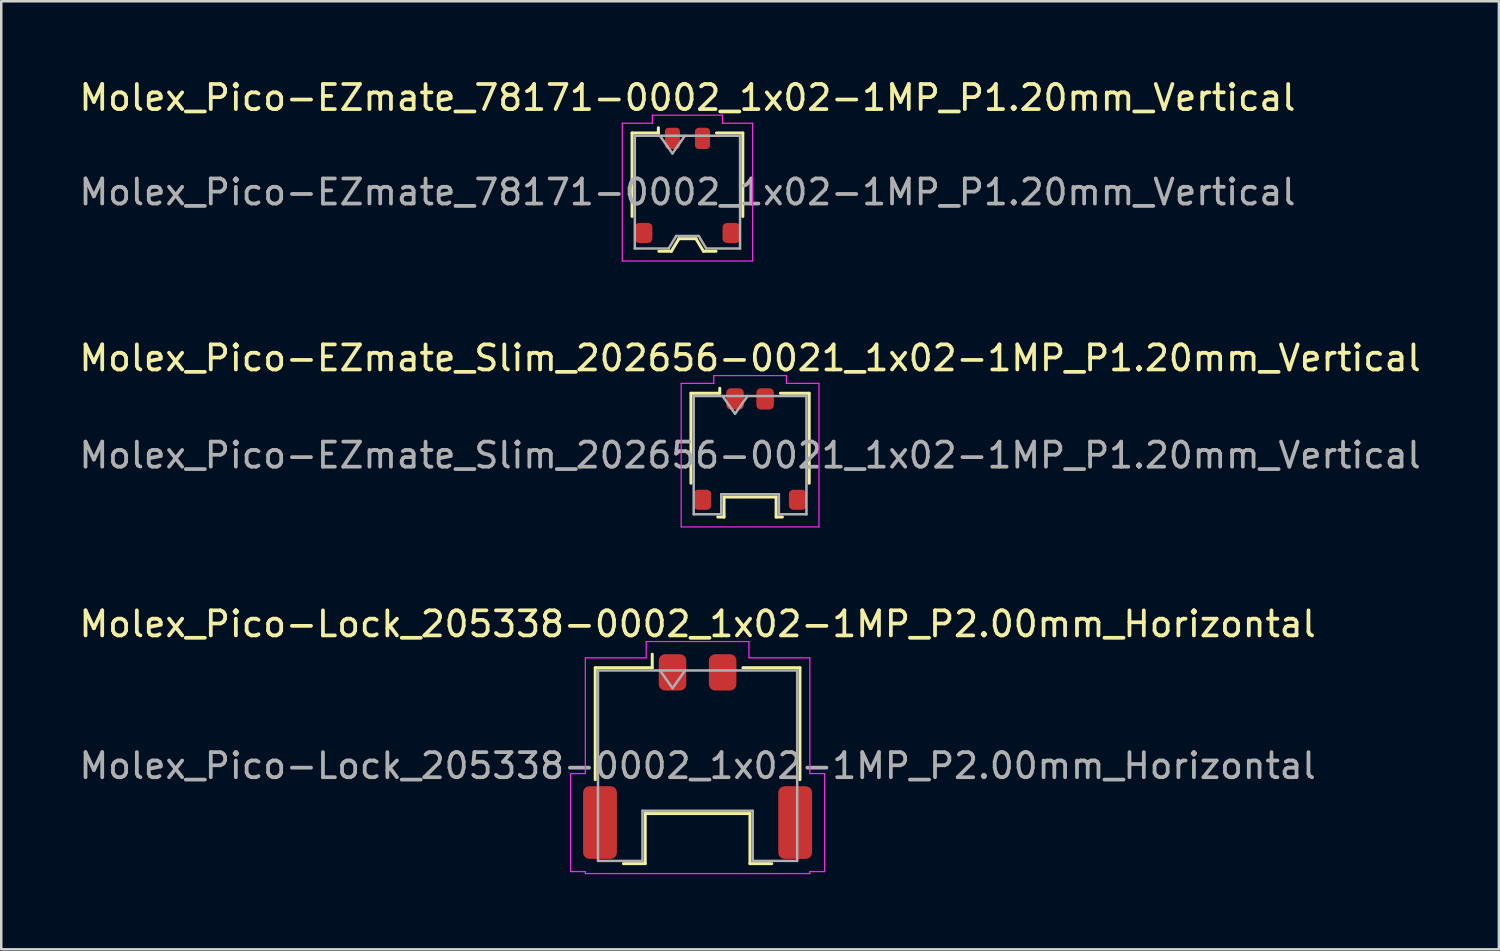
<source format=kicad_pcb>
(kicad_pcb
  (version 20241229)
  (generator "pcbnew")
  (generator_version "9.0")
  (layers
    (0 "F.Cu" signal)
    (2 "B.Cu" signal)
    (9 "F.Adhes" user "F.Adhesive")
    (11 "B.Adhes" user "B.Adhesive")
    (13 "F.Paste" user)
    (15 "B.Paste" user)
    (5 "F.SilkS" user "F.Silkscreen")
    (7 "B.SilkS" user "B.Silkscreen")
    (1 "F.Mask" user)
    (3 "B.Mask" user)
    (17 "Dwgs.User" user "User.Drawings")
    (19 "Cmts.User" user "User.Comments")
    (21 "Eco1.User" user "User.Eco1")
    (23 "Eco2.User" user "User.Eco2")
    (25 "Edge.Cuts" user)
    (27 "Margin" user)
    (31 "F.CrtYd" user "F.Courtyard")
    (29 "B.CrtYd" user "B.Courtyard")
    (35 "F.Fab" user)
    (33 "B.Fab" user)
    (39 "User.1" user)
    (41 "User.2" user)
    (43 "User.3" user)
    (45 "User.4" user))
  (footprint "Molex_Pico-EZmate_78171-0002_1x02-1MP_P1.20mm_Vertical"
    (layer "F.Cu")
    (at 24.387 4.348)
    (property "Reference" "Molex_Pico-EZmate_78171-0002_1x02-1MP_P1.20mm_Vertical" (at 0 -3.5 0) (layer "F.SilkS") (effects (font (size 1 1) (thickness 0.15))))
    (attr smd)
    (fp_line (start -2.21 -2.09) (end -1.16 -2.09) (stroke (width 0.12) (type solid)) (layer "F.SilkS"))
    (fp_line (start -2.21 1.24) (end -2.21 -2.09) (stroke (width 0.12) (type solid)) (layer "F.SilkS"))
    (fp_line (start -1.16 -2.09) (end -1.16 -2.3) (stroke (width 0.12) (type solid)) (layer "F.SilkS"))
    (fp_line (start -1.14 2.63) (end -0.64 2.63) (stroke (width 0.12) (type solid)) (layer "F.SilkS"))
    (fp_line (start -0.64 2.63) (end -0.34 2.13) (stroke (width 0.12) (type solid)) (layer "F.SilkS"))
    (fp_line (start -0.34 2.13) (end 0.34 2.13) (stroke (width 0.12) (type solid)) (layer "F.SilkS"))
    (fp_line (start 0.34 2.13) (end 0.64 2.63) (stroke (width 0.12) (type solid)) (layer "F.SilkS"))
    (fp_line (start 0.64 2.63) (end 1.14 2.63) (stroke (width 0.12) (type solid)) (layer "F.SilkS"))
    (fp_line (start 2.21 -2.09) (end 1.16 -2.09) (stroke (width 0.12) (type solid)) (layer "F.SilkS"))
    (fp_line (start 2.21 1.24) (end 2.21 -2.09) (stroke (width 0.12) (type solid)) (layer "F.SilkS"))
    (fp_line (start -2.6 -2.48) (end -1.4 -2.48) (stroke (width 0.05) (type solid)) (layer "F.CrtYd"))
    (fp_line (start -2.6 3.02) (end -2.6 -2.48) (stroke (width 0.05) (type solid)) (layer "F.CrtYd"))
    (fp_line (start -1.4 -2.8) (end 1.4 -2.8) (stroke (width 0.05) (type solid)) (layer "F.CrtYd"))
    (fp_line (start -1.4 -2.48) (end -1.4 -2.8) (stroke (width 0.05) (type solid)) (layer "F.CrtYd"))
    (fp_line (start 1.4 -2.8) (end 1.4 -2.48) (stroke (width 0.05) (type solid)) (layer "F.CrtYd"))
    (fp_line (start 1.4 -2.48) (end 2.6 -2.48) (stroke (width 0.05) (type solid)) (layer "F.CrtYd"))
    (fp_line (start 2.6 -2.48) (end 2.6 3.02) (stroke (width 0.05) (type solid)) (layer "F.CrtYd"))
    (fp_line (start 2.6 3.02) (end -2.6 3.02) (stroke (width 0.05) (type solid)) (layer "F.CrtYd"))
    (fp_line (start -2.1 -1.98) (end -2.1 2.52) (stroke (width 0.1) (type solid)) (layer "F.Fab"))
    (fp_line (start -2.1 -1.98) (end 2.1 -1.98) (stroke (width 0.1) (type solid)) (layer "F.Fab"))
    (fp_line (start -2.1 2.52) (end -0.75 2.52) (stroke (width 0.1) (type solid)) (layer "F.Fab"))
    (fp_line (start -1.1 -1.98) (end -0.6 -1.273) (stroke (width 0.1) (type solid)) (layer "F.Fab"))
    (fp_line (start -0.75 2.52) (end -0.45 2.02) (stroke (width 0.1) (type solid)) (layer "F.Fab"))
    (fp_line (start -0.6 -1.273) (end -0.1 -1.98) (stroke (width 0.1) (type solid)) (layer "F.Fab"))
    (fp_line (start -0.45 2.02) (end 0.45 2.02) (stroke (width 0.1) (type solid)) (layer "F.Fab"))
    (fp_line (start 0.45 2.02) (end 0.75 2.52) (stroke (width 0.1) (type solid)) (layer "F.Fab"))
    (fp_line (start 0.75 2.52) (end 2.1 2.52) (stroke (width 0.1) (type solid)) (layer "F.Fab"))
    (fp_line (start 2.1 -1.98) (end 2.1 2.52) (stroke (width 0.1) (type solid)) (layer "F.Fab"))
    (fp_text user "${REFERENCE}" (at 0 0.27 0) (layer "F.Fab") (effects (font (size 1 1) (thickness 0.15))))
    (pad "1" smd roundrect (at -0.6 -1.875) (size 0.6 0.85) (layers "F.Cu" "F.Mask" "F.Paste") (roundrect_rratio 0.25))
    (pad "2" smd roundrect (at 0.6 -1.875) (size 0.6 0.85) (layers "F.Cu" "F.Mask" "F.Paste") (roundrect_rratio 0.25))
    (pad "MP" smd roundrect (at -1.75 1.9) (size 0.7 0.8) (layers "F.Cu" "F.Mask" "F.Paste") (roundrect_rratio 0.25))
    (pad "MP" smd roundrect (at 1.75 1.9) (size 0.7 0.8) (layers "F.Cu" "F.Mask" "F.Paste") (roundrect_rratio 0.25)))
  (footprint "Molex_Pico-Lock_205338-0002_1x02-1MP_P2.00mm_Horizontal"
    (layer "F.Cu")
    (at 24.792 27.145)
    (property "Reference" "Molex_Pico-Lock_205338-0002_1x02-1MP_P2.00mm_Horizontal" (at 0 -5.29 0) (layer "F.SilkS") (effects (font (size 1 1) (thickness 0.15))))
    (attr smd)
    (fp_line (start -4.085 -3.545) (end -1.81 -3.545) (stroke (width 0.12) (type solid)) (layer "F.SilkS"))
    (fp_line (start -4.085 0.925) (end -4.085 -3.545) (stroke (width 0.12) (type solid)) (layer "F.SilkS"))
    (fp_line (start -2.96 4.275) (end -2.09 4.275) (stroke (width 0.12) (type solid)) (layer "F.SilkS"))
    (fp_line (start -2.09 2.275) (end 2.09 2.275) (stroke (width 0.12) (type solid)) (layer "F.SilkS"))
    (fp_line (start -2.09 4.275) (end -2.09 2.275) (stroke (width 0.12) (type solid)) (layer "F.SilkS"))
    (fp_line (start -1.81 -3.545) (end -1.81 -4.085) (stroke (width 0.12) (type solid)) (layer "F.SilkS"))
    (fp_line (start 2.09 2.275) (end 2.09 4.275) (stroke (width 0.12) (type solid)) (layer "F.SilkS"))
    (fp_line (start 2.09 4.275) (end 2.96 4.275) (stroke (width 0.12) (type solid)) (layer "F.SilkS"))
    (fp_line (start 4.085 -3.545) (end 1.81 -3.545) (stroke (width 0.12) (type solid)) (layer "F.SilkS"))
    (fp_line (start 4.085 0.925) (end 4.085 -3.545) (stroke (width 0.12) (type solid)) (layer "F.SilkS"))
    (fp_line (start -5.07 0.68) (end -4.48 0.68) (stroke (width 0.05) (type solid)) (layer "F.CrtYd"))
    (fp_line (start -5.07 4.59) (end -5.07 0.68) (stroke (width 0.05) (type solid)) (layer "F.CrtYd"))
    (fp_line (start -4.48 -3.94) (end -2.05 -3.94) (stroke (width 0.05) (type solid)) (layer "F.CrtYd"))
    (fp_line (start -4.48 0.68) (end -4.48 -3.94) (stroke (width 0.05) (type solid)) (layer "F.CrtYd"))
    (fp_line (start -4.48 4.59) (end -5.07 4.59) (stroke (width 0.05) (type solid)) (layer "F.CrtYd"))
    (fp_line (start -4.48 4.67) (end -4.48 4.59) (stroke (width 0.05) (type solid)) (layer "F.CrtYd"))
    (fp_line (start -2.05 -4.59) (end 2.05 -4.59) (stroke (width 0.05) (type solid)) (layer "F.CrtYd"))
    (fp_line (start -2.05 -3.94) (end -2.05 -4.59) (stroke (width 0.05) (type solid)) (layer "F.CrtYd"))
    (fp_line (start 2.05 -4.59) (end 2.05 -3.94) (stroke (width 0.05) (type solid)) (layer "F.CrtYd"))
    (fp_line (start 2.05 -3.94) (end 4.48 -3.94) (stroke (width 0.05) (type solid)) (layer "F.CrtYd"))
    (fp_line (start 4.48 -3.94) (end 4.48 0.68) (stroke (width 0.05) (type solid)) (layer "F.CrtYd"))
    (fp_line (start 4.48 0.68) (end 5.07 0.68) (stroke (width 0.05) (type solid)) (layer "F.CrtYd"))
    (fp_line (start 4.48 4.59) (end 4.48 4.67) (stroke (width 0.05) (type solid)) (layer "F.CrtYd"))
    (fp_line (start 4.48 4.67) (end -4.48 4.67) (stroke (width 0.05) (type solid)) (layer "F.CrtYd"))
    (fp_line (start 5.07 0.68) (end 5.07 4.59) (stroke (width 0.05) (type solid)) (layer "F.CrtYd"))
    (fp_line (start 5.07 4.59) (end 4.48 4.59) (stroke (width 0.05) (type solid)) (layer "F.CrtYd"))
    (fp_line (start -3.975 -3.435) (end -3.975 4.165) (stroke (width 0.1) (type solid)) (layer "F.Fab"))
    (fp_line (start -3.975 -3.435) (end 3.975 -3.435) (stroke (width 0.1) (type solid)) (layer "F.Fab"))
    (fp_line (start -3.975 4.165) (end -2.2 4.165) (stroke (width 0.1) (type solid)) (layer "F.Fab"))
    (fp_line (start -2.2 2.165) (end 2.2 2.165) (stroke (width 0.1) (type solid)) (layer "F.Fab"))
    (fp_line (start -2.2 4.165) (end -2.2 2.165) (stroke (width 0.1) (type solid)) (layer "F.Fab"))
    (fp_line (start -1.5 -3.435) (end -1 -2.728) (stroke (width 0.1) (type solid)) (layer "F.Fab"))
    (fp_line (start -1 -2.728) (end -0.5 -3.435) (stroke (width 0.1) (type solid)) (layer "F.Fab"))
    (fp_line (start 2.2 2.165) (end 2.2 4.165) (stroke (width 0.1) (type solid)) (layer "F.Fab"))
    (fp_line (start 2.2 4.165) (end 3.975 4.165) (stroke (width 0.1) (type solid)) (layer "F.Fab"))
    (fp_line (start 3.975 -3.435) (end 3.975 4.165) (stroke (width 0.1) (type solid)) (layer "F.Fab"))
    (fp_text user "${REFERENCE}" (at 0 0.37 0) (layer "F.Fab") (effects (font (size 1 1) (thickness 0.15))))
    (pad "1" smd roundrect (at -1 -3.36) (size 1.1 1.45) (layers "F.Cu" "F.Mask" "F.Paste") (roundrect_rratio 0.227))
    (pad "2" smd roundrect (at 1 -3.36) (size 1.1 1.45) (layers "F.Cu" "F.Mask" "F.Paste") (roundrect_rratio 0.227))
    (pad "MP" smd roundrect (at -3.895 2.635) (size 1.35 2.9) (layers "F.Cu" "F.Mask" "F.Paste") (roundrect_rratio 0.185))
    (pad "MP" smd roundrect (at 3.895 2.635) (size 1.35 2.9) (layers "F.Cu" "F.Mask" "F.Paste") (roundrect_rratio 0.185)))
  (footprint "Molex_Pico-EZmate_Slim_202656-0021_1x02-1MP_P1.20mm_Vertical"
    (layer "F.Cu")
    (at 26.887 14.871)
    (property "Reference" "Molex_Pico-EZmate_Slim_202656-0021_1x02-1MP_P1.20mm_Vertical" (at 0 -3.63 0) (layer "F.SilkS") (effects (font (size 1 1) (thickness 0.15))))
    (attr smd)
    (fp_line (start -2.36 -2.225) (end -1.21 -2.225) (stroke (width 0.12) (type solid)) (layer "F.SilkS"))
    (fp_line (start -2.36 1.365) (end -2.36 -2.225) (stroke (width 0.12) (type solid)) (layer "F.SilkS"))
    (fp_line (start -1.29 2.715) (end -1.04 2.715) (stroke (width 0.12) (type solid)) (layer "F.SilkS"))
    (fp_line (start -1.21 -2.225) (end -1.21 -2.425) (stroke (width 0.12) (type solid)) (layer "F.SilkS"))
    (fp_line (start -1.04 1.915) (end 1.04 1.915) (stroke (width 0.12) (type solid)) (layer "F.SilkS"))
    (fp_line (start -1.04 2.715) (end -1.04 1.915) (stroke (width 0.12) (type solid)) (layer "F.SilkS"))
    (fp_line (start 1.04 1.915) (end 1.04 2.715) (stroke (width 0.12) (type solid)) (layer "F.SilkS"))
    (fp_line (start 1.04 2.715) (end 1.29 2.715) (stroke (width 0.12) (type solid)) (layer "F.SilkS"))
    (fp_line (start 2.36 -2.225) (end 1.21 -2.225) (stroke (width 0.12) (type solid)) (layer "F.SilkS"))
    (fp_line (start 2.36 1.365) (end 2.36 -2.225) (stroke (width 0.12) (type solid)) (layer "F.SilkS"))
    (fp_line (start -2.75 -2.62) (end -1.45 -2.62) (stroke (width 0.05) (type solid)) (layer "F.CrtYd"))
    (fp_line (start -2.75 3.11) (end -2.75 -2.62) (stroke (width 0.05) (type solid)) (layer "F.CrtYd"))
    (fp_line (start -1.45 -2.93) (end 1.45 -2.93) (stroke (width 0.05) (type solid)) (layer "F.CrtYd"))
    (fp_line (start -1.45 -2.62) (end -1.45 -2.93) (stroke (width 0.05) (type solid)) (layer "F.CrtYd"))
    (fp_line (start 1.45 -2.93) (end 1.45 -2.62) (stroke (width 0.05) (type solid)) (layer "F.CrtYd"))
    (fp_line (start 1.45 -2.62) (end 2.75 -2.62) (stroke (width 0.05) (type solid)) (layer "F.CrtYd"))
    (fp_line (start 2.75 -2.62) (end 2.75 3.11) (stroke (width 0.05) (type solid)) (layer "F.CrtYd"))
    (fp_line (start 2.75 3.11) (end -2.75 3.11) (stroke (width 0.05) (type solid)) (layer "F.CrtYd"))
    (fp_line (start -2.25 -2.115) (end -2.25 2.605) (stroke (width 0.1) (type solid)) (layer "F.Fab"))
    (fp_line (start -2.25 -2.115) (end 2.25 -2.115) (stroke (width 0.1) (type solid)) (layer "F.Fab"))
    (fp_line (start -2.25 2.605) (end -1.15 2.605) (stroke (width 0.1) (type solid)) (layer "F.Fab"))
    (fp_line (start -1.15 1.805) (end 1.15 1.805) (stroke (width 0.1) (type solid)) (layer "F.Fab"))
    (fp_line (start -1.15 2.605) (end -1.15 1.805) (stroke (width 0.1) (type solid)) (layer "F.Fab"))
    (fp_line (start -1.1 -2.115) (end -0.6 -1.408) (stroke (width 0.1) (type solid)) (layer "F.Fab"))
    (fp_line (start -0.6 -1.408) (end -0.1 -2.115) (stroke (width 0.1) (type solid)) (layer "F.Fab"))
    (fp_line (start 1.15 1.805) (end 1.15 2.605) (stroke (width 0.1) (type solid)) (layer "F.Fab"))
    (fp_line (start 1.15 2.605) (end 2.25 2.605) (stroke (width 0.1) (type solid)) (layer "F.Fab"))
    (fp_line (start 2.25 -2.115) (end 2.25 2.605) (stroke (width 0.1) (type solid)) (layer "F.Fab"))
    (fp_text user "${REFERENCE}" (at 0 0.25 0) (layer "F.Fab") (effects (font (size 1 1) (thickness 0.15))))
    (pad "1" smd roundrect (at -0.6 -2) (size 0.7 0.85) (layers "F.Cu" "F.Mask" "F.Paste") (roundrect_rratio 0.25))
    (pad "2" smd roundrect (at 0.6 -2) (size 0.7 0.85) (layers "F.Cu" "F.Mask" "F.Paste") (roundrect_rratio 0.25))
    (pad "MP" smd roundrect (at -1.9 2.025) (size 0.7 0.8) (layers "F.Cu" "F.Mask" "F.Paste") (roundrect_rratio 0.25))
    (pad "MP" smd roundrect (at 1.9 2.025) (size 0.7 0.8) (layers "F.Cu" "F.Mask" "F.Paste") (roundrect_rratio 0.25)))
  (gr_rect
    (start -3 -3)
    (end 56.774 34.84)
    (stroke (width 0.1) (type default))
    (fill no)
    (layer "Edge.Cuts")))
</source>
